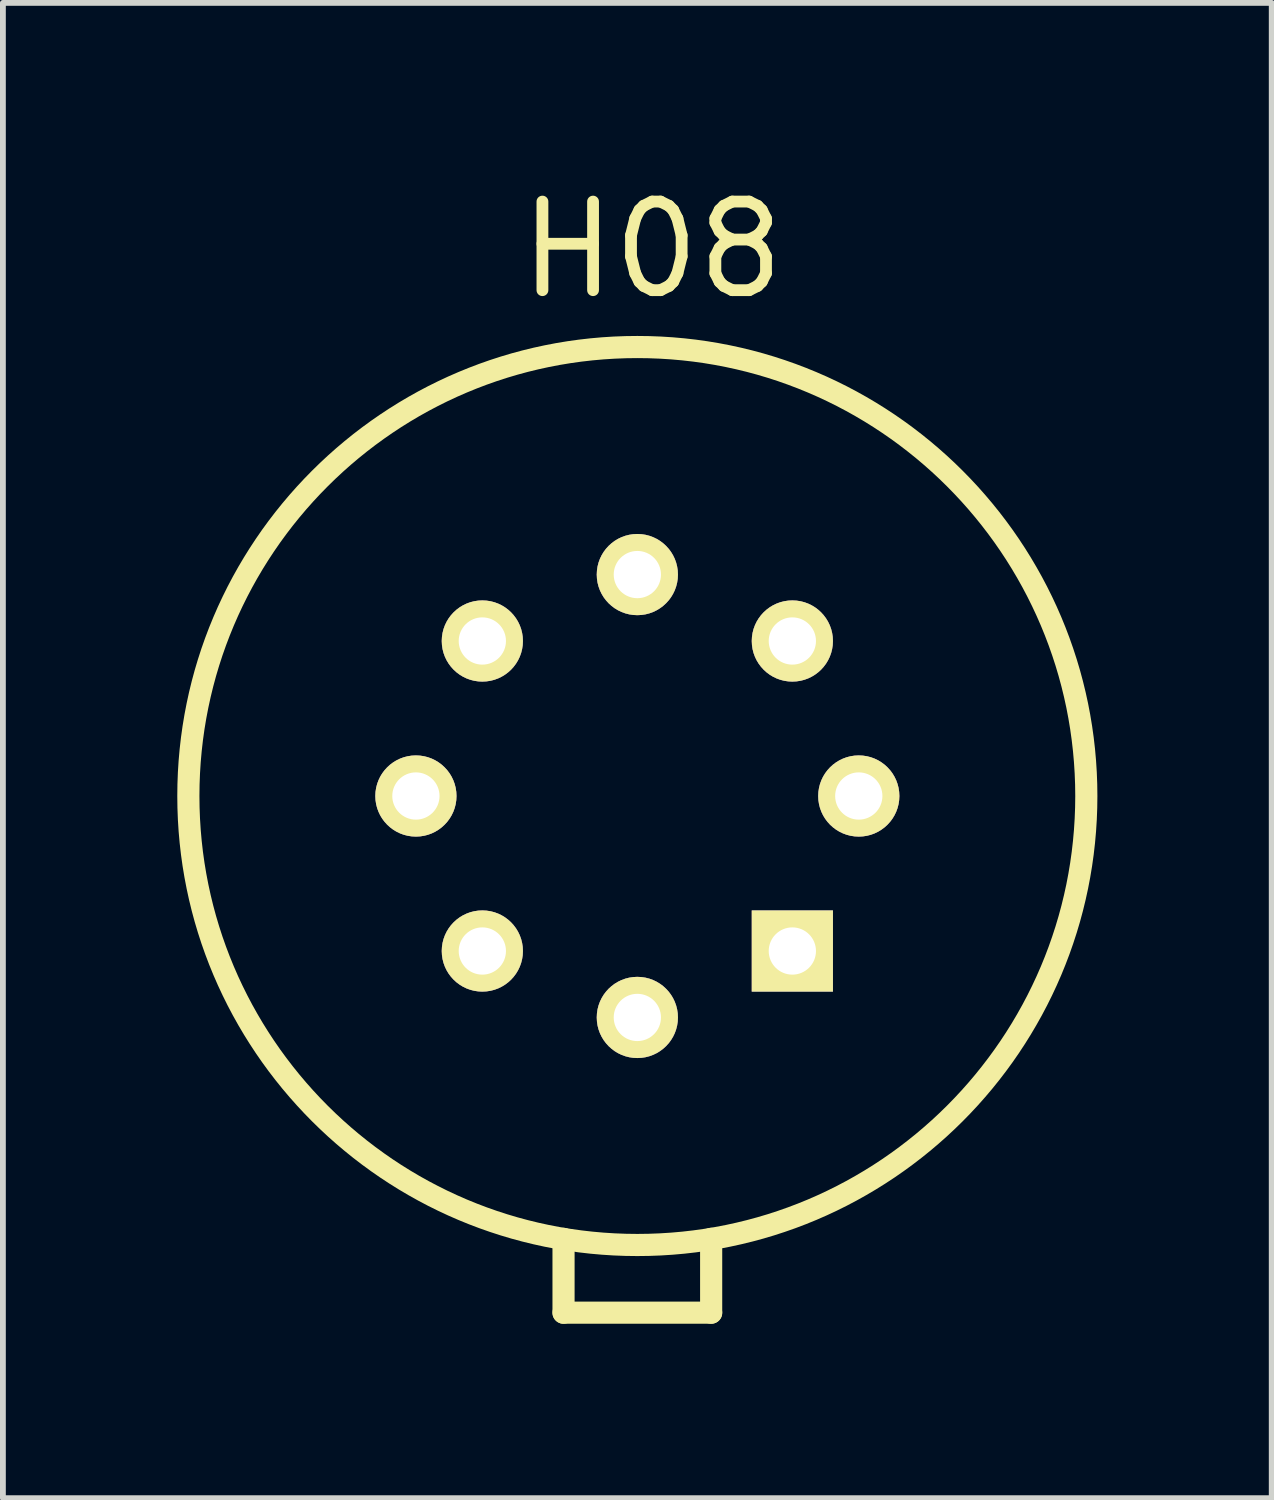
<source format=kicad_pcb>
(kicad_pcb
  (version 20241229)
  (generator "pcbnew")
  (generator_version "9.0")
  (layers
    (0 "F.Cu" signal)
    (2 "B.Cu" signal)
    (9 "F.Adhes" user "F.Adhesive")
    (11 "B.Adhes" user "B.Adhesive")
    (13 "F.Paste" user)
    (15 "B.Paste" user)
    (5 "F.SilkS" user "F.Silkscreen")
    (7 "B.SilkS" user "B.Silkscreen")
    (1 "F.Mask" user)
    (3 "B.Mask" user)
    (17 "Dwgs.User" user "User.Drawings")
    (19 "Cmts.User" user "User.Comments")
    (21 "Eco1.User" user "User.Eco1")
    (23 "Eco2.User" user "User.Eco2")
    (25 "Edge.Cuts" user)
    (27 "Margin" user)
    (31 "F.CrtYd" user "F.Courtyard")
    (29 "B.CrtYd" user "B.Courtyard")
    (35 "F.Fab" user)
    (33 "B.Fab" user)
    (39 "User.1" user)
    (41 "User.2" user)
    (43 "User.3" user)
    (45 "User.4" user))
  (footprint "H08"
    (layer "F.Cu")
    (at 7.916 10.646)
    (property "Reference" "H08" (at 0.254 -9.398 0) (layer "F.SilkS") (effects (font (size 1.524 1.524) (thickness 0.203))))
    (attr through_hole)
    (fp_line (start -1.27 7.62) (end -1.27 8.89) (stroke (width 0.381) (type solid)) (layer "F.SilkS"))
    (fp_line (start -1.27 8.89) (end 1.27 8.89) (stroke (width 0.381) (type solid)) (layer "F.SilkS"))
    (fp_line (start 1.27 8.89) (end 1.27 7.62) (stroke (width 0.381) (type solid)) (layer "F.SilkS"))
    (fp_circle (center 0 0) (end 1.27 7.62) (stroke (width 0.381) (type solid)) (fill no) (layer "F.SilkS"))
    (pad "1" thru_hole rect (at 2.667 2.667) (size 1.397 1.397) (drill 0.813) (layers "*.Cu" "*.Mask" "F.SilkS"))
    (pad "2" thru_hole circle (at 3.81 0) (size 1.397 1.397) (drill 0.813) (layers "*.Cu" "*.Mask" "F.SilkS"))
    (pad "3" thru_hole circle (at 2.667 -2.667) (size 1.397 1.397) (drill 0.813) (layers "*.Cu" "*.Mask" "F.SilkS"))
    (pad "4" thru_hole circle (at 0 -3.81) (size 1.397 1.397) (drill 0.813) (layers "*.Cu" "*.Mask" "F.SilkS"))
    (pad "5" thru_hole circle (at -2.667 -2.667) (size 1.397 1.397) (drill 0.813) (layers "*.Cu" "*.Mask" "F.SilkS"))
    (pad "6" thru_hole circle (at -3.81 0) (size 1.397 1.397) (drill 0.813) (layers "*.Cu" "*.Mask" "F.SilkS"))
    (pad "7" thru_hole circle (at -2.667 2.667) (size 1.397 1.397) (drill 0.813) (layers "*.Cu" "*.Mask" "F.SilkS"))
    (pad "8" thru_hole circle (at 0 3.81) (size 1.397 1.397) (drill 0.813) (layers "*.Cu" "*.Mask" "F.SilkS")))
  (gr_rect
    (start -3 -3)
    (end 18.831 22.727)
    (stroke (width 0.1) (type default))
    (fill no)
    (layer "Edge.Cuts")))
</source>
